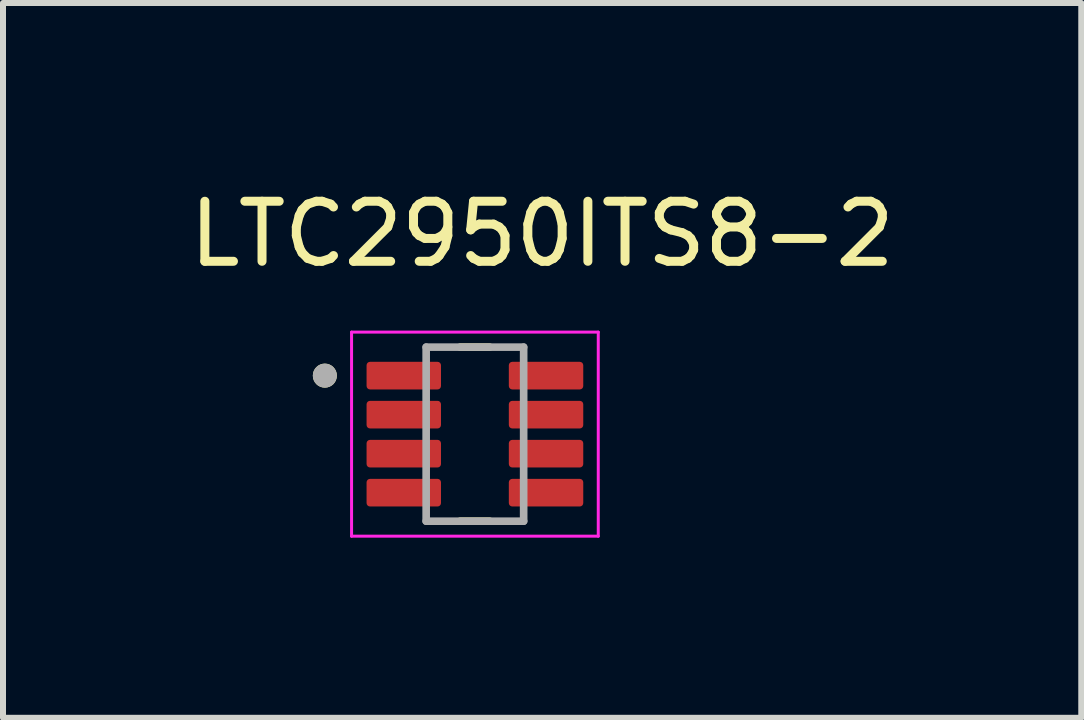
<source format=kicad_pcb>
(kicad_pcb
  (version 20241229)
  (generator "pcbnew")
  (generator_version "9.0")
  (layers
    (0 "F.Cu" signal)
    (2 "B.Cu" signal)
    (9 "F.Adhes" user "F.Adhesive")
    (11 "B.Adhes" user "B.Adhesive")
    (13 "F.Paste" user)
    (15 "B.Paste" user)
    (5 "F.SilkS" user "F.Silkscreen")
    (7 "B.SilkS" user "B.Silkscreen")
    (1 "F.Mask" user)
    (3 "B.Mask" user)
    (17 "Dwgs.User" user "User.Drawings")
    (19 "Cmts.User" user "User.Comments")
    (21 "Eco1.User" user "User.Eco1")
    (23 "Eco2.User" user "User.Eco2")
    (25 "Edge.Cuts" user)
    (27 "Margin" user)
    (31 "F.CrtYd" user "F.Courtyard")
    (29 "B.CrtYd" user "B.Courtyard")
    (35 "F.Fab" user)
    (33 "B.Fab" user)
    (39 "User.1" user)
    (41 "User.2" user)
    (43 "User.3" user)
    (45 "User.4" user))
  (footprint "LTC2950ITS8-2"
    (layer "F.Cu")
    (at 4.862 4.183)
    (property "Reference" "LTC2950ITS8-2" (at 1.12 -3.335 0) (layer "F.SilkS") (effects (font (size 1 1) (thickness 0.15))))
    (attr smd)
    (fp_line (start -0.245 -1.45) (end 0.245 -1.45) (stroke (width 0.127) (type solid)) (layer "F.SilkS"))
    (fp_line (start 0.245 1.45) (end -0.245 1.45) (stroke (width 0.127) (type solid)) (layer "F.SilkS"))
    (fp_circle (center -2.5 -0.975) (end -2.4 -0.975) (stroke (width 0.2) (type solid)) (fill no) (layer "F.SilkS"))
    (fp_line (start -2.055 -1.7) (end -2.055 1.7) (stroke (width 0.05) (type solid)) (layer "F.CrtYd"))
    (fp_line (start -2.055 1.7) (end 2.055 1.7) (stroke (width 0.05) (type solid)) (layer "F.CrtYd"))
    (fp_line (start 2.055 -1.7) (end -2.055 -1.7) (stroke (width 0.05) (type solid)) (layer "F.CrtYd"))
    (fp_line (start 2.055 1.7) (end 2.055 -1.7) (stroke (width 0.05) (type solid)) (layer "F.CrtYd"))
    (fp_line (start -0.812 -1.45) (end 0.812 -1.45) (stroke (width 0.127) (type solid)) (layer "F.Fab"))
    (fp_line (start -0.812 1.45) (end -0.812 -1.45) (stroke (width 0.127) (type solid)) (layer "F.Fab"))
    (fp_line (start 0.812 -1.45) (end 0.812 1.45) (stroke (width 0.127) (type solid)) (layer "F.Fab"))
    (fp_line (start 0.812 1.45) (end -0.812 1.45) (stroke (width 0.127) (type solid)) (layer "F.Fab"))
    (fp_circle (center -2.5 -0.975) (end -2.4 -0.975) (stroke (width 0.2) (type solid)) (fill no) (layer "F.Fab"))
    (pad "1" smd roundrect (at -1.185 -0.975) (size 1.24 0.46) (layers "F.Cu" "F.Mask" "F.Paste") (roundrect_rratio 0.125))
    (pad "2" smd roundrect (at -1.185 -0.325) (size 1.24 0.46) (layers "F.Cu" "F.Mask" "F.Paste") (roundrect_rratio 0.125))
    (pad "3" smd roundrect (at -1.185 0.325) (size 1.24 0.46) (layers "F.Cu" "F.Mask" "F.Paste") (roundrect_rratio 0.125))
    (pad "4" smd roundrect (at -1.185 0.975) (size 1.24 0.46) (layers "F.Cu" "F.Mask" "F.Paste") (roundrect_rratio 0.125))
    (pad "5" smd roundrect (at 1.185 0.975) (size 1.24 0.46) (layers "F.Cu" "F.Mask" "F.Paste") (roundrect_rratio 0.125))
    (pad "6" smd roundrect (at 1.185 0.325) (size 1.24 0.46) (layers "F.Cu" "F.Mask" "F.Paste") (roundrect_rratio 0.125))
    (pad "7" smd roundrect (at 1.185 -0.325) (size 1.24 0.46) (layers "F.Cu" "F.Mask" "F.Paste") (roundrect_rratio 0.125))
    (pad "8" smd roundrect (at 1.185 -0.975) (size 1.24 0.46) (layers "F.Cu" "F.Mask" "F.Paste") (roundrect_rratio 0.125)))
  (gr_rect
    (start -3 -3)
    (end 14.964 8.908)
    (stroke (width 0.1) (type default))
    (fill no)
    (layer "Edge.Cuts")))
</source>
